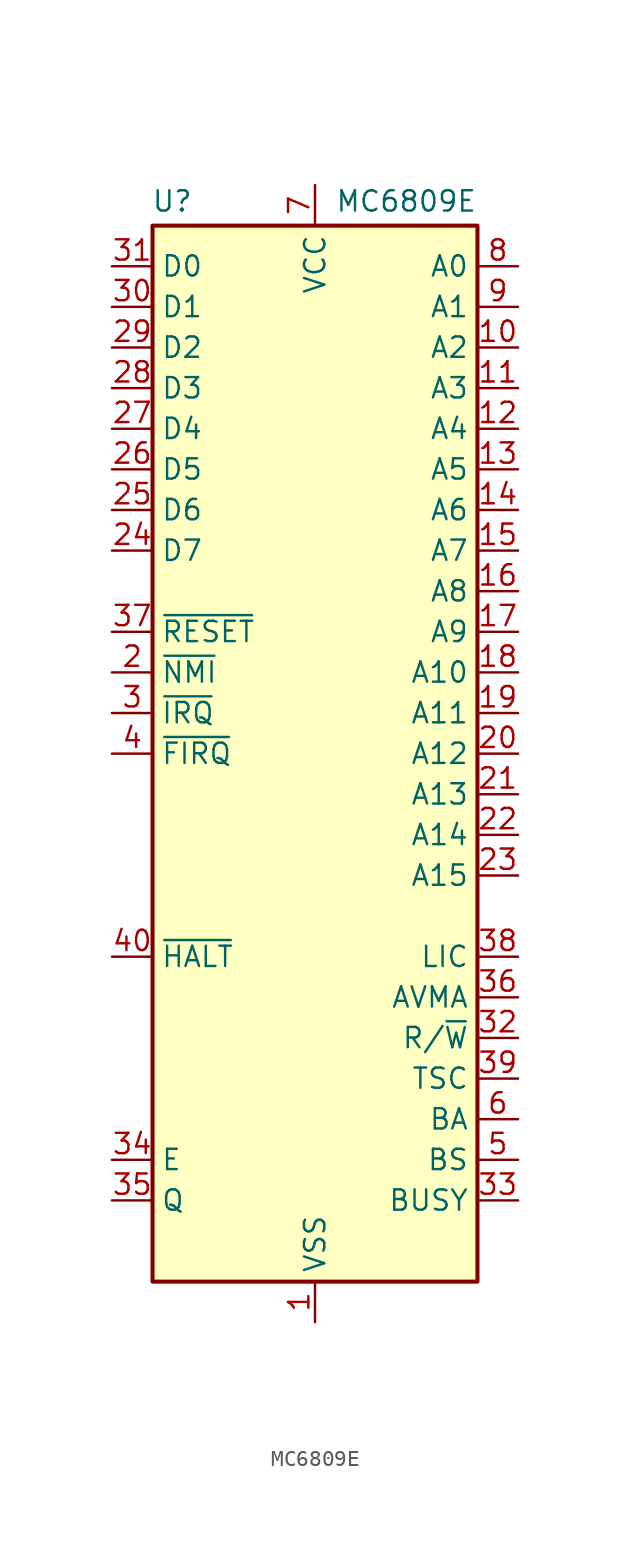
<source format=kicad_sym>
(kicad_symbol_lib
  (version 20231120)
  (generator "kicad_symbol_editor")
  (generator_version "8.0")
  (symbol "MC6809E"
    (property "Reference" "U"
      (at -7.62 34.544 0)
      (effects (font (size 1.27 1.27)) (justify right)))
    (property "Value" "MC6809E"
      (at 10.16 34.544 0)
      (effects (font (size 1.27 1.27)) (justify right)))
    (symbol "MC6809E_0_1"
      (rectangle (start -10.16 -33.02) (end 10.16 33.02) (stroke (width 0.254) (type default)) (fill (type background))))
    (symbol "MC6809E_1_1"
      (pin power_in line (at 0 -35.56 90) (length 2.54) (name "VSS" (effects (font (size 1.27 1.27)))) (number "1" (effects (font (size 1.27 1.27)))))
      (pin output line (at 12.7 25.4 180) (length 2.54) (name "A2" (effects (font (size 1.27 1.27)))) (number "10" (effects (font (size 1.27 1.27)))))
      (pin output line (at 12.7 22.86 180) (length 2.54) (name "A3" (effects (font (size 1.27 1.27)))) (number "11" (effects (font (size 1.27 1.27)))))
      (pin output line (at 12.7 20.32 180) (length 2.54) (name "A4" (effects (font (size 1.27 1.27)))) (number "12" (effects (font (size 1.27 1.27)))))
      (pin output line (at 12.7 17.78 180) (length 2.54) (name "A5" (effects (font (size 1.27 1.27)))) (number "13" (effects (font (size 1.27 1.27)))))
      (pin output line (at 12.7 15.24 180) (length 2.54) (name "A6" (effects (font (size 1.27 1.27)))) (number "14" (effects (font (size 1.27 1.27)))))
      (pin output line (at 12.7 12.7 180) (length 2.54) (name "A7" (effects (font (size 1.27 1.27)))) (number "15" (effects (font (size 1.27 1.27)))))
      (pin output line (at 12.7 10.16 180) (length 2.54) (name "A8" (effects (font (size 1.27 1.27)))) (number "16" (effects (font (size 1.27 1.27)))))
      (pin output line (at 12.7 7.62 180) (length 2.54) (name "A9" (effects (font (size 1.27 1.27)))) (number "17" (effects (font (size 1.27 1.27)))))
      (pin output line (at 12.7 5.08 180) (length 2.54) (name "A10" (effects (font (size 1.27 1.27)))) (number "18" (effects (font (size 1.27 1.27)))))
      (pin output line (at 12.7 2.54 180) (length 2.54) (name "A11" (effects (font (size 1.27 1.27)))) (number "19" (effects (font (size 1.27 1.27)))))
      (pin input line (at -12.7 5.08 0) (length 2.54) (name "~{NMI}" (effects (font (size 1.27 1.27)))) (number "2" (effects (font (size 1.27 1.27)))))
      (pin output line (at 12.7 0 180) (length 2.54) (name "A12" (effects (font (size 1.27 1.27)))) (number "20" (effects (font (size 1.27 1.27)))))
      (pin output line (at 12.7 -2.54 180) (length 2.54) (name "A13" (effects (font (size 1.27 1.27)))) (number "21" (effects (font (size 1.27 1.27)))))
      (pin output line (at 12.7 -5.08 180) (length 2.54) (name "A14" (effects (font (size 1.27 1.27)))) (number "22" (effects (font (size 1.27 1.27)))))
      (pin output line (at 12.7 -7.62 180) (length 2.54) (name "A15" (effects (font (size 1.27 1.27)))) (number "23" (effects (font (size 1.27 1.27)))))
      (pin bidirectional line (at -12.7 12.7 0) (length 2.54) (name "D7" (effects (font (size 1.27 1.27)))) (number "24" (effects (font (size 1.27 1.27)))))
      (pin bidirectional line (at -12.7 15.24 0) (length 2.54) (name "D6" (effects (font (size 1.27 1.27)))) (number "25" (effects (font (size 1.27 1.27)))))
      (pin bidirectional line (at -12.7 17.78 0) (length 2.54) (name "D5" (effects (font (size 1.27 1.27)))) (number "26" (effects (font (size 1.27 1.27)))))
      (pin bidirectional line (at -12.7 20.32 0) (length 2.54) (name "D4" (effects (font (size 1.27 1.27)))) (number "27" (effects (font (size 1.27 1.27)))))
      (pin bidirectional line (at -12.7 22.86 0) (length 2.54) (name "D3" (effects (font (size 1.27 1.27)))) (number "28" (effects (font (size 1.27 1.27)))))
      (pin bidirectional line (at -12.7 25.4 0) (length 2.54) (name "D2" (effects (font (size 1.27 1.27)))) (number "29" (effects (font (size 1.27 1.27)))))
      (pin input line (at -12.7 2.54 0) (length 2.54) (name "~{IRQ}" (effects (font (size 1.27 1.27)))) (number "3" (effects (font (size 1.27 1.27)))))
      (pin bidirectional line (at -12.7 27.94 0) (length 2.54) (name "D1" (effects (font (size 1.27 1.27)))) (number "30" (effects (font (size 1.27 1.27)))))
      (pin bidirectional line (at -12.7 30.48 0) (length 2.54) (name "D0" (effects (font (size 1.27 1.27)))) (number "31" (effects (font (size 1.27 1.27)))))
      (pin output line (at 12.7 -17.78 180) (length 2.54) (name "R/~{W}" (effects (font (size 1.27 1.27)))) (number "32" (effects (font (size 1.27 1.27)))))
      (pin output line (at 12.7 -27.94 180) (length 2.54) (name "BUSY" (effects (font (size 1.27 1.27)))) (number "33" (effects (font (size 1.27 1.27)))))
      (pin input line (at -12.7 -25.4 0) (length 2.54) (name "E" (effects (font (size 1.27 1.27)))) (number "34" (effects (font (size 1.27 1.27)))))
      (pin input line (at -12.7 -27.94 0) (length 2.54) (name "Q" (effects (font (size 1.27 1.27)))) (number "35" (effects (font (size 1.27 1.27)))))
      (pin output line (at 12.7 -15.24 180) (length 2.54) (name "AVMA" (effects (font (size 1.27 1.27)))) (number "36" (effects (font (size 1.27 1.27)))))
      (pin input line (at -12.7 7.62 0) (length 2.54) (name "~{RESET}" (effects (font (size 1.27 1.27)))) (number "37" (effects (font (size 1.27 1.27)))))
      (pin output line (at 12.7 -12.7 180) (length 2.54) (name "LIC" (effects (font (size 1.27 1.27)))) (number "38" (effects (font (size 1.27 1.27)))))
      (pin output line (at 12.7 -20.32 180) (length 2.54) (name "TSC" (effects (font (size 1.27 1.27)))) (number "39" (effects (font (size 1.27 1.27)))))
      (pin input line (at -12.7 0 0) (length 2.54) (name "~{FIRQ}" (effects (font (size 1.27 1.27)))) (number "4" (effects (font (size 1.27 1.27)))))
      (pin input line (at -12.7 -12.7 0) (length 2.54) (name "~{HALT}" (effects (font (size 1.27 1.27)))) (number "40" (effects (font (size 1.27 1.27)))))
      (pin output line (at 12.7 -25.4 180) (length 2.54) (name "BS" (effects (font (size 1.27 1.27)))) (number "5" (effects (font (size 1.27 1.27)))))
      (pin output line (at 12.7 -22.86 180) (length 2.54) (name "BA" (effects (font (size 1.27 1.27)))) (number "6" (effects (font (size 1.27 1.27)))))
      (pin power_in line (at 0 35.56 270) (length 2.54) (name "VCC" (effects (font (size 1.27 1.27)))) (number "7" (effects (font (size 1.27 1.27)))))
      (pin output line (at 12.7 30.48 180) (length 2.54) (name "A0" (effects (font (size 1.27 1.27)))) (number "8" (effects (font (size 1.27 1.27)))))
      (pin output line (at 12.7 27.94 180) (length 2.54) (name "A1" (effects (font (size 1.27 1.27)))) (number "9" (effects (font (size 1.27 1.27))))))))
</source>
